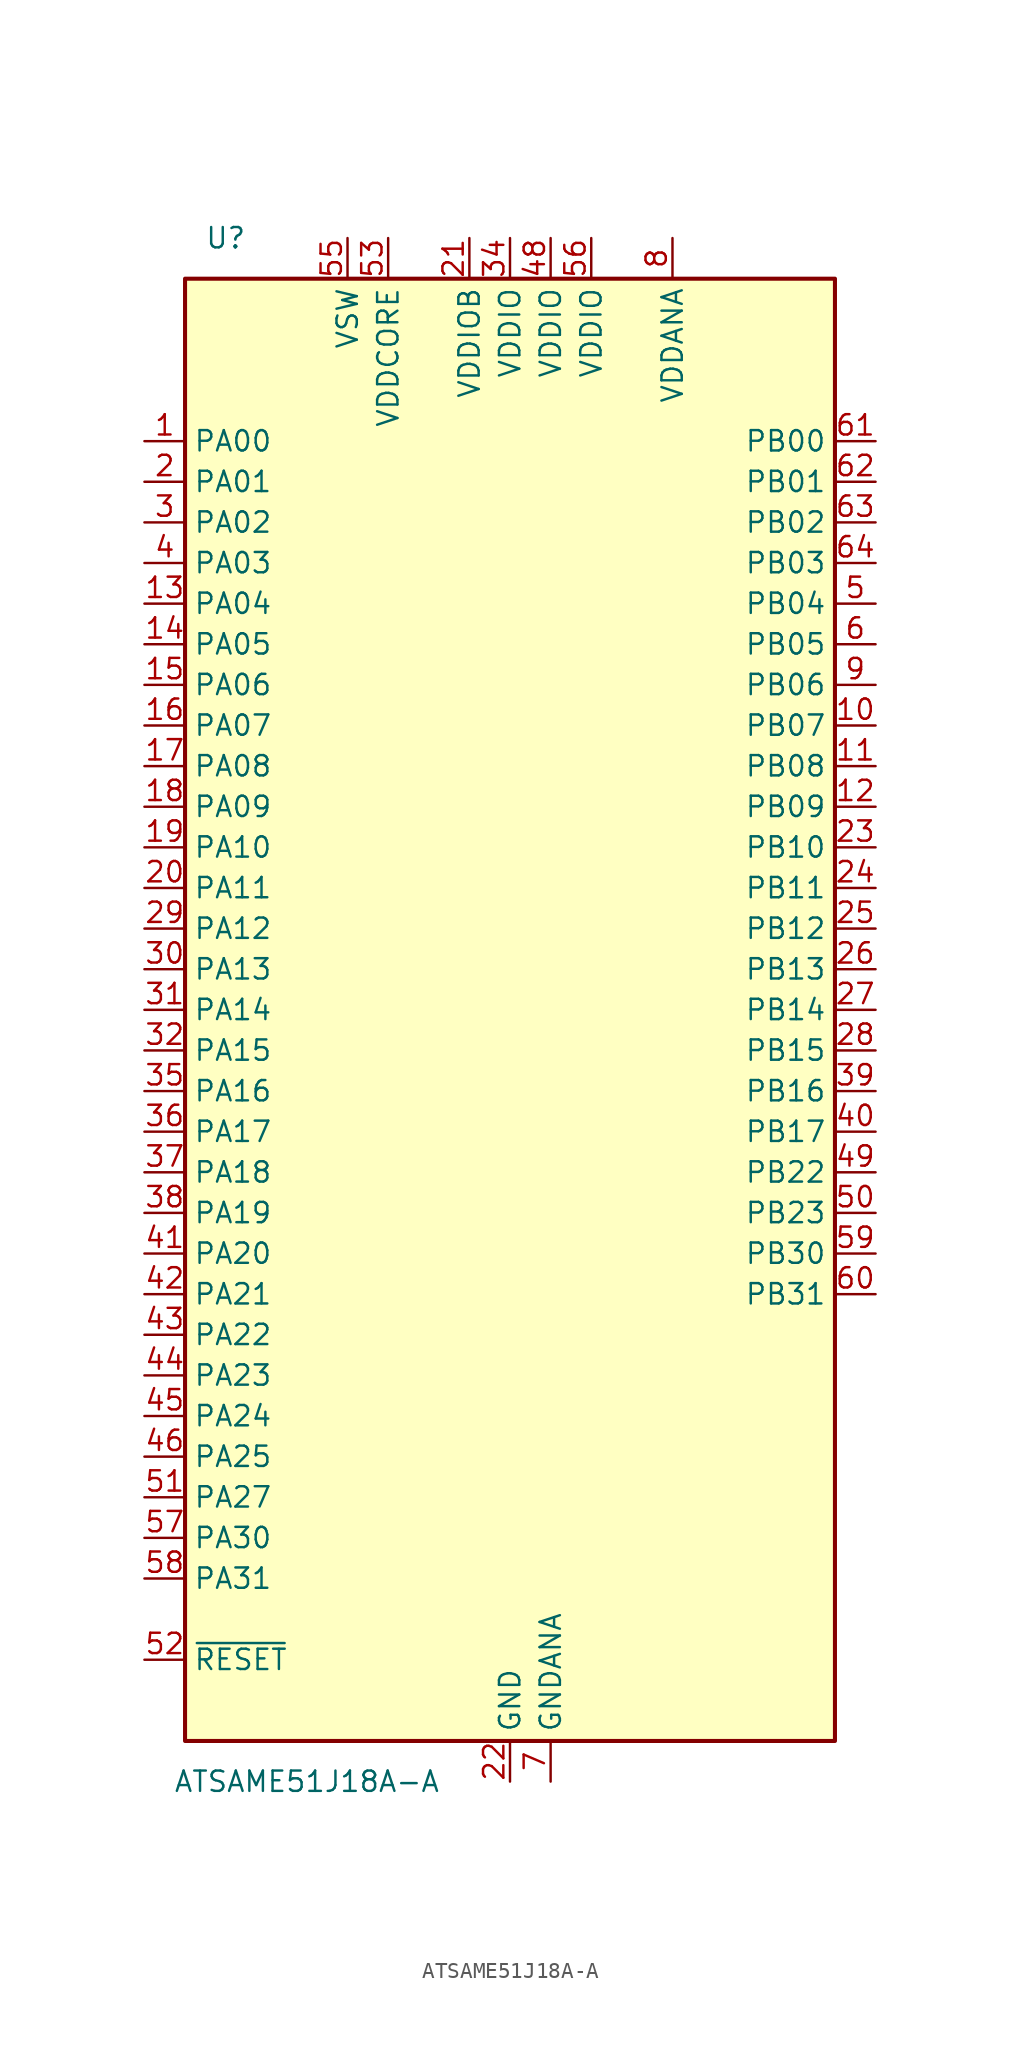
<source format=kicad_sym>
(kicad_symbol_lib
  (version 20201005)
  (generator kicad_symbol_editor)
  (symbol "MCU_Microchip_SAME:ATSAME51J18A-A"
    (property "Reference" "U"
      (at -17.78 48.26 0)
      (effects (font (size 1.27 1.27))))
    (property "Value" "ATSAME51J18A-A"
      (at -12.7 -48.26 0)
      (effects (font (size 1.27 1.27))))
    (symbol "ATSAME51J18A-A_0_1"
      (rectangle (start -20.32 45.72) (end 20.32 -45.72) (stroke (width 0.254)) (fill (type background))))
    (symbol "ATSAME51J18A-A_1_0"
      (pin bidirectional line (at 22.86 27.94 180) (length 2.54) (name "PB03" (effects (font (size 1.27 1.27)))) (number "64" (effects (font (size 1.27 1.27))))))
    (symbol "ATSAME51J18A-A_1_1"
      (pin bidirectional line (at -22.86 35.56 0) (length 2.54) (name "PA00" (effects (font (size 1.27 1.27)))) (number "1" (effects (font (size 1.27 1.27)))))
      (pin bidirectional line (at 22.86 17.78 180) (length 2.54) (name "PB07" (effects (font (size 1.27 1.27)))) (number "10" (effects (font (size 1.27 1.27)))))
      (pin bidirectional line (at 22.86 15.24 180) (length 2.54) (name "PB08" (effects (font (size 1.27 1.27)))) (number "11" (effects (font (size 1.27 1.27)))))
      (pin bidirectional line (at 22.86 12.7 180) (length 2.54) (name "PB09" (effects (font (size 1.27 1.27)))) (number "12" (effects (font (size 1.27 1.27)))))
      (pin bidirectional line (at -22.86 25.4 0) (length 2.54) (name "PA04" (effects (font (size 1.27 1.27)))) (number "13" (effects (font (size 1.27 1.27)))))
      (pin bidirectional line (at -22.86 22.86 0) (length 2.54) (name "PA05" (effects (font (size 1.27 1.27)))) (number "14" (effects (font (size 1.27 1.27)))))
      (pin bidirectional line (at -22.86 20.32 0) (length 2.54) (name "PA06" (effects (font (size 1.27 1.27)))) (number "15" (effects (font (size 1.27 1.27)))))
      (pin bidirectional line (at -22.86 17.78 0) (length 2.54) (name "PA07" (effects (font (size 1.27 1.27)))) (number "16" (effects (font (size 1.27 1.27)))))
      (pin bidirectional line (at -22.86 15.24 0) (length 2.54) (name "PA08" (effects (font (size 1.27 1.27)))) (number "17" (effects (font (size 1.27 1.27)))))
      (pin bidirectional line (at -22.86 12.7 0) (length 2.54) (name "PA09" (effects (font (size 1.27 1.27)))) (number "18" (effects (font (size 1.27 1.27)))))
      (pin bidirectional line (at -22.86 10.16 0) (length 2.54) (name "PA10" (effects (font (size 1.27 1.27)))) (number "19" (effects (font (size 1.27 1.27)))))
      (pin bidirectional line (at -22.86 33.02 0) (length 2.54) (name "PA01" (effects (font (size 1.27 1.27)))) (number "2" (effects (font (size 1.27 1.27)))))
      (pin bidirectional line (at -22.86 7.62 0) (length 2.54) (name "PA11" (effects (font (size 1.27 1.27)))) (number "20" (effects (font (size 1.27 1.27)))))
      (pin power_in line (at -2.54 48.26 270) (length 2.54) (name "VDDIOB" (effects (font (size 1.27 1.27)))) (number "21" (effects (font (size 1.27 1.27)))))
      (pin power_in line (at 0 -48.26 90) (length 2.54) (name "GND" (effects (font (size 1.27 1.27)))) (number "22" (effects (font (size 1.27 1.27)))))
      (pin bidirectional line (at 22.86 10.16 180) (length 2.54) (name "PB10" (effects (font (size 1.27 1.27)))) (number "23" (effects (font (size 1.27 1.27)))))
      (pin bidirectional line (at 22.86 7.62 180) (length 2.54) (name "PB11" (effects (font (size 1.27 1.27)))) (number "24" (effects (font (size 1.27 1.27)))))
      (pin bidirectional line (at 22.86 5.08 180) (length 2.54) (name "PB12" (effects (font (size 1.27 1.27)))) (number "25" (effects (font (size 1.27 1.27)))))
      (pin bidirectional line (at 22.86 2.54 180) (length 2.54) (name "PB13" (effects (font (size 1.27 1.27)))) (number "26" (effects (font (size 1.27 1.27)))))
      (pin bidirectional line (at 22.86 0 180) (length 2.54) (name "PB14" (effects (font (size 1.27 1.27)))) (number "27" (effects (font (size 1.27 1.27)))))
      (pin bidirectional line (at 22.86 -2.54 180) (length 2.54) (name "PB15" (effects (font (size 1.27 1.27)))) (number "28" (effects (font (size 1.27 1.27)))))
      (pin bidirectional line (at -22.86 5.08 0) (length 2.54) (name "PA12" (effects (font (size 1.27 1.27)))) (number "29" (effects (font (size 1.27 1.27)))))
      (pin bidirectional line (at -22.86 30.48 0) (length 2.54) (name "PA02" (effects (font (size 1.27 1.27)))) (number "3" (effects (font (size 1.27 1.27)))))
      (pin bidirectional line (at -22.86 2.54 0) (length 2.54) (name "PA13" (effects (font (size 1.27 1.27)))) (number "30" (effects (font (size 1.27 1.27)))))
      (pin bidirectional line (at -22.86 0 0) (length 2.54) (name "PA14" (effects (font (size 1.27 1.27)))) (number "31" (effects (font (size 1.27 1.27)))))
      (pin bidirectional line (at -22.86 -2.54 0) (length 2.54) (name "PA15" (effects (font (size 1.27 1.27)))) (number "32" (effects (font (size 1.27 1.27)))))
      (pin passive line (at 0 -48.26 90) (length 2.54) hide (name "GND" (effects (font (size 1.27 1.27)))) (number "33" (effects (font (size 1.27 1.27)))))
      (pin power_in line (at 0 48.26 270) (length 2.54) (name "VDDIO" (effects (font (size 1.27 1.27)))) (number "34" (effects (font (size 1.27 1.27)))))
      (pin bidirectional line (at -22.86 -5.08 0) (length 2.54) (name "PA16" (effects (font (size 1.27 1.27)))) (number "35" (effects (font (size 1.27 1.27)))))
      (pin bidirectional line (at -22.86 -7.62 0) (length 2.54) (name "PA17" (effects (font (size 1.27 1.27)))) (number "36" (effects (font (size 1.27 1.27)))))
      (pin bidirectional line (at -22.86 -10.16 0) (length 2.54) (name "PA18" (effects (font (size 1.27 1.27)))) (number "37" (effects (font (size 1.27 1.27)))))
      (pin bidirectional line (at -22.86 -12.7 0) (length 2.54) (name "PA19" (effects (font (size 1.27 1.27)))) (number "38" (effects (font (size 1.27 1.27)))))
      (pin bidirectional line (at 22.86 -5.08 180) (length 2.54) (name "PB16" (effects (font (size 1.27 1.27)))) (number "39" (effects (font (size 1.27 1.27)))))
      (pin bidirectional line (at -22.86 27.94 0) (length 2.54) (name "PA03" (effects (font (size 1.27 1.27)))) (number "4" (effects (font (size 1.27 1.27)))))
      (pin bidirectional line (at 22.86 -7.62 180) (length 2.54) (name "PB17" (effects (font (size 1.27 1.27)))) (number "40" (effects (font (size 1.27 1.27)))))
      (pin bidirectional line (at -22.86 -15.24 0) (length 2.54) (name "PA20" (effects (font (size 1.27 1.27)))) (number "41" (effects (font (size 1.27 1.27)))))
      (pin bidirectional line (at -22.86 -17.78 0) (length 2.54) (name "PA21" (effects (font (size 1.27 1.27)))) (number "42" (effects (font (size 1.27 1.27)))))
      (pin bidirectional line (at -22.86 -20.32 0) (length 2.54) (name "PA22" (effects (font (size 1.27 1.27)))) (number "43" (effects (font (size 1.27 1.27)))))
      (pin bidirectional line (at -22.86 -22.86 0) (length 2.54) (name "PA23" (effects (font (size 1.27 1.27)))) (number "44" (effects (font (size 1.27 1.27)))))
      (pin bidirectional line (at -22.86 -25.4 0) (length 2.54) (name "PA24" (effects (font (size 1.27 1.27)))) (number "45" (effects (font (size 1.27 1.27)))))
      (pin bidirectional line (at -22.86 -27.94 0) (length 2.54) (name "PA25" (effects (font (size 1.27 1.27)))) (number "46" (effects (font (size 1.27 1.27)))))
      (pin passive line (at 0 -48.26 90) (length 2.54) hide (name "GND" (effects (font (size 1.27 1.27)))) (number "47" (effects (font (size 1.27 1.27)))))
      (pin power_in line (at 2.54 48.26 270) (length 2.54) (name "VDDIO" (effects (font (size 1.27 1.27)))) (number "48" (effects (font (size 1.27 1.27)))))
      (pin bidirectional line (at 22.86 -10.16 180) (length 2.54) (name "PB22" (effects (font (size 1.27 1.27)))) (number "49" (effects (font (size 1.27 1.27)))))
      (pin bidirectional line (at 22.86 25.4 180) (length 2.54) (name "PB04" (effects (font (size 1.27 1.27)))) (number "5" (effects (font (size 1.27 1.27)))))
      (pin bidirectional line (at 22.86 -12.7 180) (length 2.54) (name "PB23" (effects (font (size 1.27 1.27)))) (number "50" (effects (font (size 1.27 1.27)))))
      (pin bidirectional line (at -22.86 -30.48 0) (length 2.54) (name "PA27" (effects (font (size 1.27 1.27)))) (number "51" (effects (font (size 1.27 1.27)))))
      (pin input line (at -22.86 -40.64 0) (length 2.54) (name "~RESET" (effects (font (size 1.27 1.27)))) (number "52" (effects (font (size 1.27 1.27)))))
      (pin power_out line (at -7.62 48.26 270) (length 2.54) (name "VDDCORE" (effects (font (size 1.27 1.27)))) (number "53" (effects (font (size 1.27 1.27)))))
      (pin passive line (at 0 -48.26 90) (length 2.54) hide (name "GND" (effects (font (size 1.27 1.27)))) (number "54" (effects (font (size 1.27 1.27)))))
      (pin power_in line (at -10.16 48.26 270) (length 2.54) (name "VSW" (effects (font (size 1.27 1.27)))) (number "55" (effects (font (size 1.27 1.27)))))
      (pin power_in line (at 5.08 48.26 270) (length 2.54) (name "VDDIO" (effects (font (size 1.27 1.27)))) (number "56" (effects (font (size 1.27 1.27)))))
      (pin bidirectional line (at -22.86 -33.02 0) (length 2.54) (name "PA30" (effects (font (size 1.27 1.27)))) (number "57" (effects (font (size 1.27 1.27)))))
      (pin bidirectional line (at -22.86 -35.56 0) (length 2.54) (name "PA31" (effects (font (size 1.27 1.27)))) (number "58" (effects (font (size 1.27 1.27)))))
      (pin bidirectional line (at 22.86 -15.24 180) (length 2.54) (name "PB30" (effects (font (size 1.27 1.27)))) (number "59" (effects (font (size 1.27 1.27)))))
      (pin bidirectional line (at 22.86 22.86 180) (length 2.54) (name "PB05" (effects (font (size 1.27 1.27)))) (number "6" (effects (font (size 1.27 1.27)))))
      (pin bidirectional line (at 22.86 -17.78 180) (length 2.54) (name "PB31" (effects (font (size 1.27 1.27)))) (number "60" (effects (font (size 1.27 1.27)))))
      (pin bidirectional line (at 22.86 35.56 180) (length 2.54) (name "PB00" (effects (font (size 1.27 1.27)))) (number "61" (effects (font (size 1.27 1.27)))))
      (pin bidirectional line (at 22.86 33.02 180) (length 2.54) (name "PB01" (effects (font (size 1.27 1.27)))) (number "62" (effects (font (size 1.27 1.27)))))
      (pin bidirectional line (at 22.86 30.48 180) (length 2.54) (name "PB02" (effects (font (size 1.27 1.27)))) (number "63" (effects (font (size 1.27 1.27)))))
      (pin power_in line (at 2.54 -48.26 90) (length 2.54) (name "GNDANA" (effects (font (size 1.27 1.27)))) (number "7" (effects (font (size 1.27 1.27)))))
      (pin power_in line (at 10.16 48.26 270) (length 2.54) (name "VDDANA" (effects (font (size 1.27 1.27)))) (number "8" (effects (font (size 1.27 1.27)))))
      (pin bidirectional line (at 22.86 20.32 180) (length 2.54) (name "PB06" (effects (font (size 1.27 1.27)))) (number "9" (effects (font (size 1.27 1.27))))))))
</source>
